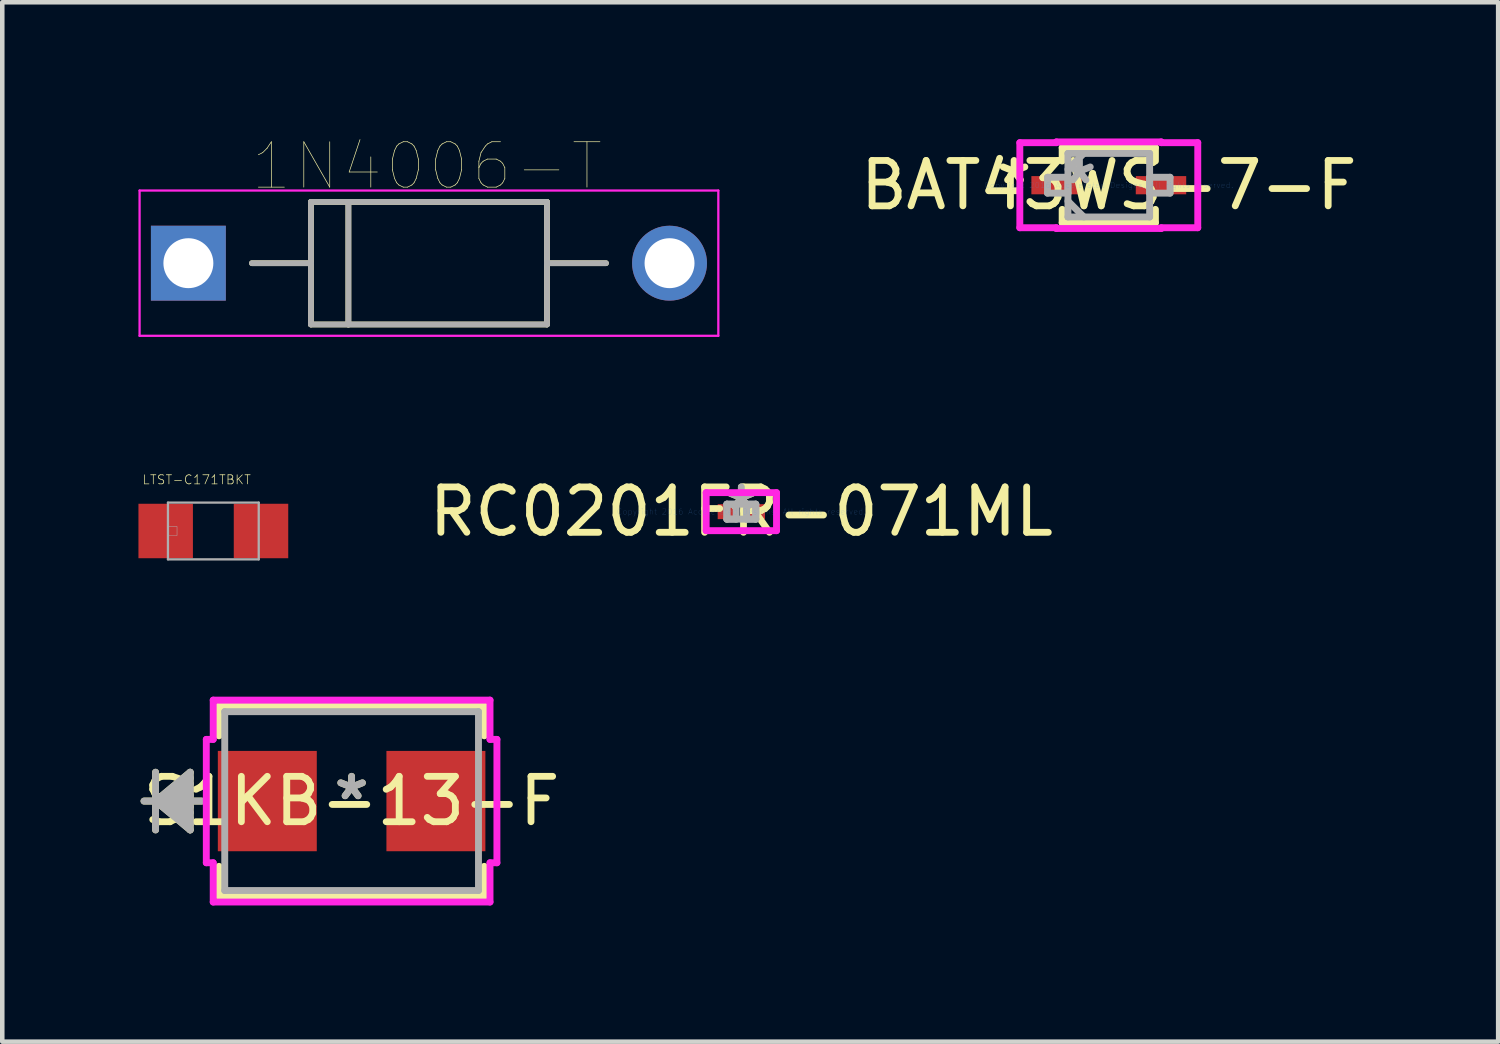
<source format=kicad_pcb>
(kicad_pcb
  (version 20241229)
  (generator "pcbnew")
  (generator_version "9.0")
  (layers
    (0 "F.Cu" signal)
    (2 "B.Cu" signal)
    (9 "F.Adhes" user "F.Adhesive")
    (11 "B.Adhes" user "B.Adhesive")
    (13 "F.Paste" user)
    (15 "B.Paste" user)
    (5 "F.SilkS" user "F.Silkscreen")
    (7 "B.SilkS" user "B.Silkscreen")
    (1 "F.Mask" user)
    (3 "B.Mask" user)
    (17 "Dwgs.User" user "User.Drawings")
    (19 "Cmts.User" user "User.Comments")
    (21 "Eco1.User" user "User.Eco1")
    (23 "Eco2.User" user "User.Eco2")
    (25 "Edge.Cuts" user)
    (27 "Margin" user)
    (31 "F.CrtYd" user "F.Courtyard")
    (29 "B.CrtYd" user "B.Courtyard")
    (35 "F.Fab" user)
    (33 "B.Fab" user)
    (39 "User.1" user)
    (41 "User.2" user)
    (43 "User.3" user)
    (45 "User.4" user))
  (footprint "1N4006-T"
    (layer "F.Cu")
    (at 6.4 2.748)
    (property "Reference" "1N4006-T" (at -0.043 -2.137 0) (layer "F.SilkS") (effects (font (size 1 1) (thickness 0.015))))
    (attr through_hole)
    (fp_line (start -2.6 -1.35) (end -2.6 0) (stroke (width 0.127) (type solid)) (layer "F.SilkS"))
    (fp_line (start -2.6 0) (end -3.9 0) (stroke (width 0.127) (type solid)) (layer "F.SilkS"))
    (fp_line (start -2.6 0) (end -2.6 1.35) (stroke (width 0.127) (type solid)) (layer "F.SilkS"))
    (fp_line (start -2.6 1.35) (end -1.775 1.35) (stroke (width 0.127) (type solid)) (layer "F.SilkS"))
    (fp_line (start -1.775 -1.35) (end -2.6 -1.35) (stroke (width 0.127) (type solid)) (layer "F.SilkS"))
    (fp_line (start -1.775 1.35) (end -1.775 -1.35) (stroke (width 0.127) (type solid)) (layer "F.SilkS"))
    (fp_line (start -1.775 1.35) (end 2.6 1.35) (stroke (width 0.127) (type solid)) (layer "F.SilkS"))
    (fp_line (start 2.6 -1.35) (end -1.775 -1.35) (stroke (width 0.127) (type solid)) (layer "F.SilkS"))
    (fp_line (start 2.6 0) (end 2.6 -1.35) (stroke (width 0.127) (type solid)) (layer "F.SilkS"))
    (fp_line (start 2.6 0) (end 3.9 0) (stroke (width 0.127) (type solid)) (layer "F.SilkS"))
    (fp_line (start 2.6 1.35) (end 2.6 0) (stroke (width 0.127) (type solid)) (layer "F.SilkS"))
    (fp_line (start -6.375 -1.6) (end -6.375 1.6) (stroke (width 0.05) (type solid)) (layer "F.CrtYd"))
    (fp_line (start -6.375 1.6) (end 6.375 1.6) (stroke (width 0.05) (type solid)) (layer "F.CrtYd"))
    (fp_line (start 6.375 -1.6) (end -6.375 -1.6) (stroke (width 0.05) (type solid)) (layer "F.CrtYd"))
    (fp_line (start 6.375 1.6) (end 6.375 -1.6) (stroke (width 0.05) (type solid)) (layer "F.CrtYd"))
    (fp_line (start -2.6 -1.35) (end -2.6 0) (stroke (width 0.127) (type solid)) (layer "F.Fab"))
    (fp_line (start -2.6 0) (end -3.9 0) (stroke (width 0.127) (type solid)) (layer "F.Fab"))
    (fp_line (start -2.6 0) (end -2.6 1.35) (stroke (width 0.127) (type solid)) (layer "F.Fab"))
    (fp_line (start -2.6 1.35) (end -1.775 1.35) (stroke (width 0.127) (type solid)) (layer "F.Fab"))
    (fp_line (start -1.775 -1.35) (end -2.6 -1.35) (stroke (width 0.127) (type solid)) (layer "F.Fab"))
    (fp_line (start -1.775 1.35) (end -1.775 -1.35) (stroke (width 0.127) (type solid)) (layer "F.Fab"))
    (fp_line (start -1.775 1.35) (end 2.6 1.35) (stroke (width 0.127) (type solid)) (layer "F.Fab"))
    (fp_line (start 2.6 -1.35) (end -1.775 -1.35) (stroke (width 0.127) (type solid)) (layer "F.Fab"))
    (fp_line (start 2.6 0) (end 2.6 -1.35) (stroke (width 0.127) (type solid)) (layer "F.Fab"))
    (fp_line (start 2.6 0) (end 3.9 0) (stroke (width 0.127) (type solid)) (layer "F.Fab"))
    (fp_line (start 2.6 1.35) (end 2.6 0) (stroke (width 0.127) (type solid)) (layer "F.Fab"))
    (pad "1" thru_hole rect (at -5.3 0) (size 1.65 1.65) (drill 1.1) (layers "*.Cu" "*.Mask"))
    (pad "2" thru_hole circle (at 5.3 0) (size 1.65 1.65) (drill 1.1) (layers "*.Cu" "*.Mask")))
  (footprint "LTST-C171TBKT"
    (layer "F.Cu")
    (at 1.65 8.648)
    (property "Reference" "LTST-C171TBKT" (at -0.366 -1.13 0) (layer "F.SilkS") (effects (font (size 0.201 0.201) (thickness 0.015))))
    (attr through_hole)
    (fp_line (start -1 -0.625) (end -1 0.625) (stroke (width 0.05) (type solid)) (layer "F.Fab"))
    (fp_line (start -1 0.625) (end 1 0.625) (stroke (width 0.05) (type solid)) (layer "F.Fab"))
    (fp_line (start 1 -0.625) (end -1 -0.625) (stroke (width 0.05) (type solid)) (layer "F.Fab"))
    (fp_line (start 1 0.625) (end 1 -0.625) (stroke (width 0.05) (type solid)) (layer "F.Fab"))
    (fp_poly (pts (xy -1.002 -0.1) (xy -0.8 -0.1) (xy -0.8 0.1) (xy -1.002 0.1)) (stroke (width 0.01) (type solid)) (fill no) (layer "F.Fab"))
    (pad "+" smd rect (at 1.05 0) (size 1.2 1.2) (layers "F.Cu" "F.Mask" "F.Paste"))
    (pad "-" smd rect (at -1.05 0) (size 1.2 1.2) (layers "F.Cu" "F.Mask" "F.Paste")))
  (footprint "S1KB-13-F"
    (layer "F.Cu")
    (at 4.696 14.598)
    (property "Reference" "S1KB-13-F" (at 0 0 0) (layer "F.SilkS") (effects (font (size 1 1) (thickness 0.15))))
    (attr through_hole)
    (fp_line (start -4.319 -0.635) (end -4.319 0.635) (stroke (width 0.152) (type solid)) (layer "F.SilkS"))
    (fp_line (start -4.319 0) (end -3.557 -0.635) (stroke (width 0.152) (type solid)) (layer "F.SilkS"))
    (fp_line (start -4.319 0) (end -3.557 -0.508) (stroke (width 0.152) (type solid)) (layer "F.SilkS"))
    (fp_line (start -4.319 0) (end -3.557 -0.381) (stroke (width 0.152) (type solid)) (layer "F.SilkS"))
    (fp_line (start -4.319 0) (end -3.557 -0.254) (stroke (width 0.152) (type solid)) (layer "F.SilkS"))
    (fp_line (start -4.319 0) (end -3.557 -0.127) (stroke (width 0.152) (type solid)) (layer "F.SilkS"))
    (fp_line (start -4.319 0) (end -3.557 0.127) (stroke (width 0.152) (type solid)) (layer "F.SilkS"))
    (fp_line (start -4.319 0) (end -3.557 0.254) (stroke (width 0.152) (type solid)) (layer "F.SilkS"))
    (fp_line (start -4.319 0) (end -3.557 0.381) (stroke (width 0.152) (type solid)) (layer "F.SilkS"))
    (fp_line (start -4.319 0) (end -3.557 0.508) (stroke (width 0.152) (type solid)) (layer "F.SilkS"))
    (fp_line (start -4.319 0) (end -3.557 0.635) (stroke (width 0.152) (type solid)) (layer "F.SilkS"))
    (fp_line (start -3.557 -0.635) (end -3.557 0.635) (stroke (width 0.152) (type solid)) (layer "F.SilkS"))
    (fp_line (start -3.303 0) (end -4.573 0) (stroke (width 0.152) (type solid)) (layer "F.SilkS"))
    (fp_line (start -2.922 -2.097) (end -2.922 -1.438) (stroke (width 0.152) (type solid)) (layer "F.SilkS"))
    (fp_line (start -2.922 1.438) (end -2.922 2.097) (stroke (width 0.152) (type solid)) (layer "F.SilkS"))
    (fp_line (start -2.922 2.097) (end 2.922 2.097) (stroke (width 0.152) (type solid)) (layer "F.SilkS"))
    (fp_line (start 2.922 -2.097) (end -2.922 -2.097) (stroke (width 0.152) (type solid)) (layer "F.SilkS"))
    (fp_line (start 2.922 -1.438) (end 2.922 -2.097) (stroke (width 0.152) (type solid)) (layer "F.SilkS"))
    (fp_line (start 2.922 2.097) (end 2.922 1.438) (stroke (width 0.152) (type solid)) (layer "F.SilkS"))
    (fp_line (start -3.201 -1.359) (end -3.049 -1.359) (stroke (width 0.152) (type solid)) (layer "F.CrtYd"))
    (fp_line (start -3.201 1.359) (end -3.201 -1.359) (stroke (width 0.152) (type solid)) (layer "F.CrtYd"))
    (fp_line (start -3.049 -2.224) (end 3.049 -2.224) (stroke (width 0.152) (type solid)) (layer "F.CrtYd"))
    (fp_line (start -3.049 -1.359) (end -3.049 -2.224) (stroke (width 0.152) (type solid)) (layer "F.CrtYd"))
    (fp_line (start -3.049 1.359) (end -3.201 1.359) (stroke (width 0.152) (type solid)) (layer "F.CrtYd"))
    (fp_line (start -3.049 2.224) (end -3.049 1.359) (stroke (width 0.152) (type solid)) (layer "F.CrtYd"))
    (fp_line (start 3.049 -2.224) (end 3.049 -1.359) (stroke (width 0.152) (type solid)) (layer "F.CrtYd"))
    (fp_line (start 3.049 -1.359) (end 3.201 -1.359) (stroke (width 0.152) (type solid)) (layer "F.CrtYd"))
    (fp_line (start 3.049 1.359) (end 3.049 2.224) (stroke (width 0.152) (type solid)) (layer "F.CrtYd"))
    (fp_line (start 3.049 2.224) (end -3.049 2.224) (stroke (width 0.152) (type solid)) (layer "F.CrtYd"))
    (fp_line (start 3.201 -1.359) (end 3.201 1.359) (stroke (width 0.152) (type solid)) (layer "F.CrtYd"))
    (fp_line (start 3.201 1.359) (end 3.049 1.359) (stroke (width 0.152) (type solid)) (layer "F.CrtYd"))
    (fp_line (start -4.319 -0.635) (end -4.319 0.635) (stroke (width 0.152) (type solid)) (layer "F.Fab"))
    (fp_line (start -4.319 0) (end -3.557 -0.635) (stroke (width 0.152) (type solid)) (layer "F.Fab"))
    (fp_line (start -4.319 0) (end -3.557 -0.508) (stroke (width 0.152) (type solid)) (layer "F.Fab"))
    (fp_line (start -4.319 0) (end -3.557 -0.381) (stroke (width 0.152) (type solid)) (layer "F.Fab"))
    (fp_line (start -4.319 0) (end -3.557 -0.254) (stroke (width 0.152) (type solid)) (layer "F.Fab"))
    (fp_line (start -4.319 0) (end -3.557 -0.127) (stroke (width 0.152) (type solid)) (layer "F.Fab"))
    (fp_line (start -4.319 0) (end -3.557 0.127) (stroke (width 0.152) (type solid)) (layer "F.Fab"))
    (fp_line (start -4.319 0) (end -3.557 0.254) (stroke (width 0.152) (type solid)) (layer "F.Fab"))
    (fp_line (start -4.319 0) (end -3.557 0.381) (stroke (width 0.152) (type solid)) (layer "F.Fab"))
    (fp_line (start -4.319 0) (end -3.557 0.508) (stroke (width 0.152) (type solid)) (layer "F.Fab"))
    (fp_line (start -4.319 0) (end -3.557 0.635) (stroke (width 0.152) (type solid)) (layer "F.Fab"))
    (fp_line (start -3.557 -0.635) (end -3.557 0.635) (stroke (width 0.152) (type solid)) (layer "F.Fab"))
    (fp_line (start -3.303 0) (end -4.573 0) (stroke (width 0.152) (type solid)) (layer "F.Fab"))
    (fp_line (start -2.795 -1.97) (end -2.795 1.97) (stroke (width 0.152) (type solid)) (layer "F.Fab"))
    (fp_line (start -2.795 1.97) (end 2.795 1.97) (stroke (width 0.152) (type solid)) (layer "F.Fab"))
    (fp_line (start 2.795 -1.97) (end -2.795 -1.97) (stroke (width 0.152) (type solid)) (layer "F.Fab"))
    (fp_line (start 2.795 1.97) (end 2.795 -1.97) (stroke (width 0.152) (type solid)) (layer "F.Fab"))
    (fp_text user "*" (at 0 0 0) (layer "F.SilkS") (effects (font (size 1 1) (thickness 0.15))))
    (fp_text user "*" (at 0 0 0) (layer "F.Fab") (effects (font (size 1 1) (thickness 0.15))))
    (pad "1" smd rect (at -1.857 0 90) (size 2.21 2.18) (layers "F.Cu" "F.Mask" "F.Paste"))
    (pad "2" smd rect (at 1.857 0 90) (size 2.21 2.18) (layers "F.Cu" "F.Mask" "F.Paste")))
  (footprint "RC0201FR-071ML"
    (layer "F.Cu")
    (at 13.282 8.222)
    (property "Reference" "RC0201FR-071ML" (at 0 0 0) (layer "F.SilkS") (effects (font (size 1 1) (thickness 0.15))))
    (attr through_hole)
    (fp_line (start -0.775 -0.419) (end 0.775 -0.419) (stroke (width 0.152) (type solid)) (layer "F.CrtYd"))
    (fp_line (start -0.775 0.419) (end -0.775 -0.419) (stroke (width 0.152) (type solid)) (layer "F.CrtYd"))
    (fp_line (start 0.775 -0.419) (end 0.775 0.419) (stroke (width 0.152) (type solid)) (layer "F.CrtYd"))
    (fp_line (start 0.775 0.419) (end -0.775 0.419) (stroke (width 0.152) (type solid)) (layer "F.CrtYd"))
    (fp_line (start -0.318 -0.165) (end -0.318 0.165) (stroke (width 0.152) (type solid)) (layer "F.Fab"))
    (fp_line (start -0.318 -0.165) (end -0.318 0.165) (stroke (width 0.152) (type solid)) (layer "F.Fab"))
    (fp_line (start -0.318 0.165) (end -0.114 0.165) (stroke (width 0.152) (type solid)) (layer "F.Fab"))
    (fp_line (start -0.318 0.165) (end 0.318 0.165) (stroke (width 0.152) (type solid)) (layer "F.Fab"))
    (fp_line (start -0.114 -0.165) (end -0.318 -0.165) (stroke (width 0.152) (type solid)) (layer "F.Fab"))
    (fp_line (start -0.114 0.165) (end -0.114 -0.165) (stroke (width 0.152) (type solid)) (layer "F.Fab"))
    (fp_line (start 0.114 -0.165) (end 0.114 0.165) (stroke (width 0.152) (type solid)) (layer "F.Fab"))
    (fp_line (start 0.114 0.165) (end 0.318 0.165) (stroke (width 0.152) (type solid)) (layer "F.Fab"))
    (fp_line (start 0.318 -0.165) (end -0.318 -0.165) (stroke (width 0.152) (type solid)) (layer "F.Fab"))
    (fp_line (start 0.318 -0.165) (end 0.114 -0.165) (stroke (width 0.152) (type solid)) (layer "F.Fab"))
    (fp_line (start 0.318 0.165) (end 0.318 -0.165) (stroke (width 0.152) (type solid)) (layer "F.Fab"))
    (fp_line (start 0.318 0.165) (end 0.318 -0.165) (stroke (width 0.152) (type solid)) (layer "F.Fab"))
    (fp_text user "*" (at 0 0 0) (layer "F.SilkS") (effects (font (size 1 1) (thickness 0.15))))
    (fp_text user "Copyright 2016 Accelerated Designs. All rights reserved." (at 0 0 0) (layer "Cmts.User") (effects (font (size 0.127 0.127) (thickness 0.002))))
    (fp_text user "*" (at 0 0 0) (layer "F.Fab") (effects (font (size 1 1) (thickness 0.15))))
    (pad "1" smd rect (at -0.318 0) (size 0.406 0.33) (layers "F.Cu" "F.Mask" "F.Paste"))
    (pad "2" smd rect (at 0.318 0) (size 0.406 0.33) (layers "F.Cu" "F.Mask" "F.Paste")))
  (footprint "BAT43WS-7-F"
    (layer "F.Cu")
    (at 21.377 1.03)
    (property "Reference" "BAT43WS-7-F" (at 0 0 0) (layer "F.SilkS") (effects (font (size 1 1) (thickness 0.15))))
    (attr through_hole)
    (fp_line (start -1.027 -0.827) (end -1.027 -0.533) (stroke (width 0.152) (type solid)) (layer "F.SilkS"))
    (fp_line (start -1.027 0.533) (end -1.027 0.827) (stroke (width 0.152) (type solid)) (layer "F.SilkS"))
    (fp_line (start -1.027 0.827) (end 1.027 0.827) (stroke (width 0.152) (type solid)) (layer "F.SilkS"))
    (fp_line (start 1.027 -0.827) (end -1.027 -0.827) (stroke (width 0.152) (type solid)) (layer "F.SilkS"))
    (fp_line (start 1.027 -0.533) (end 1.027 -0.827) (stroke (width 0.152) (type solid)) (layer "F.SilkS"))
    (fp_line (start 1.027 0.827) (end 1.027 0.533) (stroke (width 0.152) (type solid)) (layer "F.SilkS"))
    (fp_line (start -1.96 -0.937) (end -1.154 -0.937) (stroke (width 0.152) (type solid)) (layer "F.CrtYd"))
    (fp_line (start -1.96 0.937) (end -1.96 -0.937) (stroke (width 0.152) (type solid)) (layer "F.CrtYd"))
    (fp_line (start -1.154 -0.954) (end 1.154 -0.954) (stroke (width 0.152) (type solid)) (layer "F.CrtYd"))
    (fp_line (start -1.154 -0.937) (end -1.154 -0.954) (stroke (width 0.152) (type solid)) (layer "F.CrtYd"))
    (fp_line (start -1.154 0.937) (end -1.96 0.937) (stroke (width 0.152) (type solid)) (layer "F.CrtYd"))
    (fp_line (start -1.154 0.954) (end -1.154 0.937) (stroke (width 0.152) (type solid)) (layer "F.CrtYd"))
    (fp_line (start 1.154 -0.954) (end 1.154 -0.937) (stroke (width 0.152) (type solid)) (layer "F.CrtYd"))
    (fp_line (start 1.154 -0.937) (end 1.96 -0.937) (stroke (width 0.152) (type solid)) (layer "F.CrtYd"))
    (fp_line (start 1.154 0.937) (end 1.154 0.954) (stroke (width 0.152) (type solid)) (layer "F.CrtYd"))
    (fp_line (start 1.154 0.954) (end -1.154 0.954) (stroke (width 0.152) (type solid)) (layer "F.CrtYd"))
    (fp_line (start 1.96 -0.937) (end 1.96 0.937) (stroke (width 0.152) (type solid)) (layer "F.CrtYd"))
    (fp_line (start 1.96 0.937) (end 1.154 0.937) (stroke (width 0.152) (type solid)) (layer "F.CrtYd"))
    (fp_line (start -1.35 -0.175) (end -1.35 0.175) (stroke (width 0.152) (type solid)) (layer "F.Fab"))
    (fp_line (start -1.35 0.175) (end -0.9 0.175) (stroke (width 0.152) (type solid)) (layer "F.Fab"))
    (fp_line (start -0.9 -0.7) (end -0.9 0.7) (stroke (width 0.152) (type solid)) (layer "F.Fab"))
    (fp_line (start -0.9 -0.35) (end -0.55 -0.7) (stroke (width 0.152) (type solid)) (layer "F.Fab"))
    (fp_line (start -0.9 -0.175) (end -1.35 -0.175) (stroke (width 0.152) (type solid)) (layer "F.Fab"))
    (fp_line (start -0.9 0.175) (end -0.9 -0.175) (stroke (width 0.152) (type solid)) (layer "F.Fab"))
    (fp_line (start -0.9 0.35) (end -0.55 0.7) (stroke (width 0.152) (type solid)) (layer "F.Fab"))
    (fp_line (start -0.9 0.7) (end 0.9 0.7) (stroke (width 0.152) (type solid)) (layer "F.Fab"))
    (fp_line (start 0.9 -0.7) (end -0.9 -0.7) (stroke (width 0.152) (type solid)) (layer "F.Fab"))
    (fp_line (start 0.9 -0.175) (end 0.9 0.175) (stroke (width 0.152) (type solid)) (layer "F.Fab"))
    (fp_line (start 0.9 0.175) (end 1.35 0.175) (stroke (width 0.152) (type solid)) (layer "F.Fab"))
    (fp_line (start 0.9 0.7) (end 0.9 -0.7) (stroke (width 0.152) (type solid)) (layer "F.Fab"))
    (fp_line (start 1.35 -0.175) (end 0.9 -0.175) (stroke (width 0.152) (type solid)) (layer "F.Fab"))
    (fp_line (start 1.35 0.175) (end 1.35 -0.175) (stroke (width 0.152) (type solid)) (layer "F.Fab"))
    (fp_text user "*" (at -2.087 0 0) (layer "F.SilkS") (effects (font (size 1 1) (thickness 0.15))))
    (fp_text user "Copyright 2016 Accelerated Designs. All rights reserved." (at 0 0 0) (layer "Cmts.User") (effects (font (size 0.127 0.127) (thickness 0.002))))
    (fp_text user "*" (at -0.646 0 0) (layer "F.Fab") (effects (font (size 1 1) (thickness 0.15))))
    (pad "1" smd rect (at -1.15 0) (size 1.111 0.401) (layers "F.Cu" "F.Mask" "F.Paste"))
    (pad "2" smd rect (at 1.15 0) (size 1.111 0.401) (layers "F.Cu" "F.Mask" "F.Paste")))
  (gr_rect
    (start -3 -3)
    (end 29.955 19.898)
    (stroke (width 0.1) (type default))
    (fill no)
    (layer "Edge.Cuts")))
</source>
